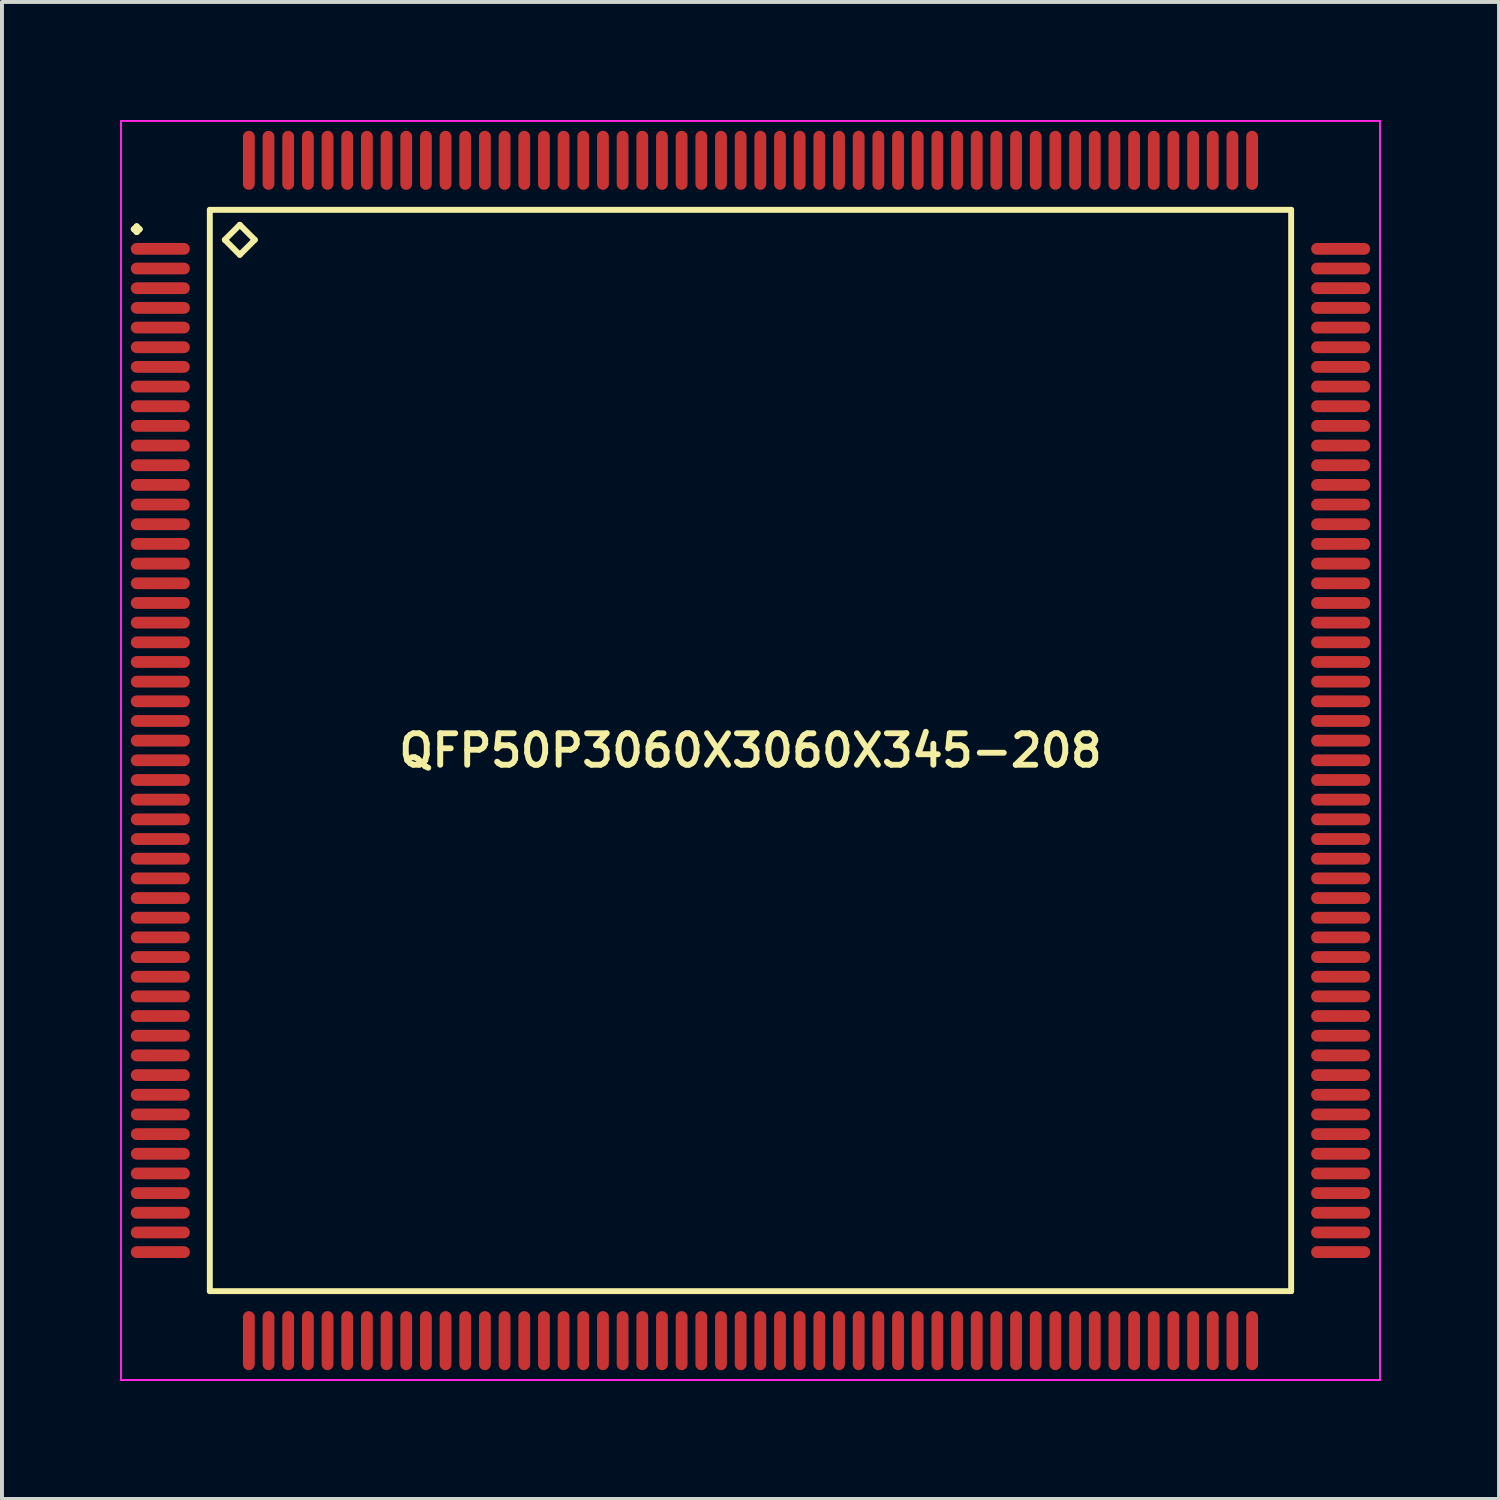
<source format=kicad_pcb>
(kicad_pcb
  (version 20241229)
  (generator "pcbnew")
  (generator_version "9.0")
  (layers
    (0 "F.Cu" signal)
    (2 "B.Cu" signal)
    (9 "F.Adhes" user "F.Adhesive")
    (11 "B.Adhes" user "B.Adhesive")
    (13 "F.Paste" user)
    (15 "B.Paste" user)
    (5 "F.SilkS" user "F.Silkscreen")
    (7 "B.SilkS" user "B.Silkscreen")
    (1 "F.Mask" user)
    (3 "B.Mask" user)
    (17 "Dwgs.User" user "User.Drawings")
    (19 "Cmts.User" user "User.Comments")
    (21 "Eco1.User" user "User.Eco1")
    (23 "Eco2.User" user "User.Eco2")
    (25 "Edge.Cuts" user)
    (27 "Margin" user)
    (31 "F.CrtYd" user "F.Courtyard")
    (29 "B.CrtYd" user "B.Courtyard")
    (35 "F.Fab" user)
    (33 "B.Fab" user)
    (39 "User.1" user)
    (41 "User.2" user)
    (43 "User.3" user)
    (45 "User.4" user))
  (footprint "QFP50P3060X3060X345-208"
    (layer "F.Cu")
    (at 16.025 16.025)
    (property "Reference" "QFP50P3060X3060X345-208" (at 0 0 0) (layer "F.SilkS") (effects (font (size 0.8 0.8) (thickness 0.15))))
    (attr smd)
    (fp_line (start -15.675 -13.25) (end -15.6 -13.325) (stroke (width 0.15) (type solid)) (layer "F.SilkS"))
    (fp_line (start -15.6 -13.325) (end -15.525 -13.25) (stroke (width 0.15) (type solid)) (layer "F.SilkS"))
    (fp_line (start -15.6 -13.175) (end -15.675 -13.25) (stroke (width 0.15) (type solid)) (layer "F.SilkS"))
    (fp_line (start -15.525 -13.25) (end -15.6 -13.175) (stroke (width 0.15) (type solid)) (layer "F.SilkS"))
    (fp_line (start -13.742 -13.742) (end -13.742 13.742) (stroke (width 0.15) (type solid)) (layer "F.SilkS"))
    (fp_line (start -13.742 13.742) (end 13.742 13.742) (stroke (width 0.15) (type solid)) (layer "F.SilkS"))
    (fp_line (start -13.361 -12.98) (end -12.98 -13.361) (stroke (width 0.15) (type solid)) (layer "F.SilkS"))
    (fp_line (start -12.98 -13.361) (end -12.599 -12.98) (stroke (width 0.15) (type solid)) (layer "F.SilkS"))
    (fp_line (start -12.98 -12.599) (end -13.361 -12.98) (stroke (width 0.15) (type solid)) (layer "F.SilkS"))
    (fp_line (start -12.599 -12.98) (end -12.98 -12.599) (stroke (width 0.15) (type solid)) (layer "F.SilkS"))
    (fp_line (start 13.742 -13.742) (end -13.742 -13.742) (stroke (width 0.15) (type solid)) (layer "F.SilkS"))
    (fp_line (start 13.742 13.742) (end 13.742 -13.742) (stroke (width 0.15) (type solid)) (layer "F.SilkS"))
    (fp_line (start -16 -16) (end 16 -16) (stroke (width 0.05) (type solid)) (layer "F.CrtYd"))
    (fp_line (start -16 16) (end -16 -16) (stroke (width 0.05) (type solid)) (layer "F.CrtYd"))
    (fp_line (start 16 -16) (end 16 16) (stroke (width 0.05) (type solid)) (layer "F.CrtYd"))
    (fp_line (start 16 16) (end -16 16) (stroke (width 0.05) (type solid)) (layer "F.CrtYd"))
    (pad "1" smd oval (at -15 -12.75) (size 1.5 0.3) (layers "F.Cu" "F.Mask" "F.Paste"))
    (pad "2" smd oval (at -15 -12.25) (size 1.5 0.3) (layers "F.Cu" "F.Mask" "F.Paste"))
    (pad "3" smd oval (at -15 -11.75) (size 1.5 0.3) (layers "F.Cu" "F.Mask" "F.Paste"))
    (pad "4" smd oval (at -15 -11.25) (size 1.5 0.3) (layers "F.Cu" "F.Mask" "F.Paste"))
    (pad "5" smd oval (at -15 -10.75) (size 1.5 0.3) (layers "F.Cu" "F.Mask" "F.Paste"))
    (pad "6" smd oval (at -15 -10.25) (size 1.5 0.3) (layers "F.Cu" "F.Mask" "F.Paste"))
    (pad "7" smd oval (at -15 -9.75) (size 1.5 0.3) (layers "F.Cu" "F.Mask" "F.Paste"))
    (pad "8" smd oval (at -15 -9.25) (size 1.5 0.3) (layers "F.Cu" "F.Mask" "F.Paste"))
    (pad "9" smd oval (at -15 -8.75) (size 1.5 0.3) (layers "F.Cu" "F.Mask" "F.Paste"))
    (pad "10" smd oval (at -15 -8.25) (size 1.5 0.3) (layers "F.Cu" "F.Mask" "F.Paste"))
    (pad "11" smd oval (at -15 -7.75) (size 1.5 0.3) (layers "F.Cu" "F.Mask" "F.Paste"))
    (pad "12" smd oval (at -15 -7.25) (size 1.5 0.3) (layers "F.Cu" "F.Mask" "F.Paste"))
    (pad "13" smd oval (at -15 -6.75) (size 1.5 0.3) (layers "F.Cu" "F.Mask" "F.Paste"))
    (pad "14" smd oval (at -15 -6.25) (size 1.5 0.3) (layers "F.Cu" "F.Mask" "F.Paste"))
    (pad "15" smd oval (at -15 -5.75) (size 1.5 0.3) (layers "F.Cu" "F.Mask" "F.Paste"))
    (pad "16" smd oval (at -15 -5.25) (size 1.5 0.3) (layers "F.Cu" "F.Mask" "F.Paste"))
    (pad "17" smd oval (at -15 -4.75) (size 1.5 0.3) (layers "F.Cu" "F.Mask" "F.Paste"))
    (pad "18" smd oval (at -15 -4.25) (size 1.5 0.3) (layers "F.Cu" "F.Mask" "F.Paste"))
    (pad "19" smd oval (at -15 -3.75) (size 1.5 0.3) (layers "F.Cu" "F.Mask" "F.Paste"))
    (pad "20" smd oval (at -15 -3.25) (size 1.5 0.3) (layers "F.Cu" "F.Mask" "F.Paste"))
    (pad "21" smd oval (at -15 -2.75) (size 1.5 0.3) (layers "F.Cu" "F.Mask" "F.Paste"))
    (pad "22" smd oval (at -15 -2.25) (size 1.5 0.3) (layers "F.Cu" "F.Mask" "F.Paste"))
    (pad "23" smd oval (at -15 -1.75) (size 1.5 0.3) (layers "F.Cu" "F.Mask" "F.Paste"))
    (pad "24" smd oval (at -15 -1.25) (size 1.5 0.3) (layers "F.Cu" "F.Mask" "F.Paste"))
    (pad "25" smd oval (at -15 -0.75) (size 1.5 0.3) (layers "F.Cu" "F.Mask" "F.Paste"))
    (pad "26" smd oval (at -15 -0.25) (size 1.5 0.3) (layers "F.Cu" "F.Mask" "F.Paste"))
    (pad "27" smd oval (at -15 0.25) (size 1.5 0.3) (layers "F.Cu" "F.Mask" "F.Paste"))
    (pad "28" smd oval (at -15 0.75) (size 1.5 0.3) (layers "F.Cu" "F.Mask" "F.Paste"))
    (pad "29" smd oval (at -15 1.25) (size 1.5 0.3) (layers "F.Cu" "F.Mask" "F.Paste"))
    (pad "30" smd oval (at -15 1.75) (size 1.5 0.3) (layers "F.Cu" "F.Mask" "F.Paste"))
    (pad "31" smd oval (at -15 2.25) (size 1.5 0.3) (layers "F.Cu" "F.Mask" "F.Paste"))
    (pad "32" smd oval (at -15 2.75) (size 1.5 0.3) (layers "F.Cu" "F.Mask" "F.Paste"))
    (pad "33" smd oval (at -15 3.25) (size 1.5 0.3) (layers "F.Cu" "F.Mask" "F.Paste"))
    (pad "34" smd oval (at -15 3.75) (size 1.5 0.3) (layers "F.Cu" "F.Mask" "F.Paste"))
    (pad "35" smd oval (at -15 4.25) (size 1.5 0.3) (layers "F.Cu" "F.Mask" "F.Paste"))
    (pad "36" smd oval (at -15 4.75) (size 1.5 0.3) (layers "F.Cu" "F.Mask" "F.Paste"))
    (pad "37" smd oval (at -15 5.25) (size 1.5 0.3) (layers "F.Cu" "F.Mask" "F.Paste"))
    (pad "38" smd oval (at -15 5.75) (size 1.5 0.3) (layers "F.Cu" "F.Mask" "F.Paste"))
    (pad "39" smd oval (at -15 6.25) (size 1.5 0.3) (layers "F.Cu" "F.Mask" "F.Paste"))
    (pad "40" smd oval (at -15 6.75) (size 1.5 0.3) (layers "F.Cu" "F.Mask" "F.Paste"))
    (pad "41" smd oval (at -15 7.25) (size 1.5 0.3) (layers "F.Cu" "F.Mask" "F.Paste"))
    (pad "42" smd oval (at -15 7.75) (size 1.5 0.3) (layers "F.Cu" "F.Mask" "F.Paste"))
    (pad "43" smd oval (at -15 8.25) (size 1.5 0.3) (layers "F.Cu" "F.Mask" "F.Paste"))
    (pad "44" smd oval (at -15 8.75) (size 1.5 0.3) (layers "F.Cu" "F.Mask" "F.Paste"))
    (pad "45" smd oval (at -15 9.25) (size 1.5 0.3) (layers "F.Cu" "F.Mask" "F.Paste"))
    (pad "46" smd oval (at -15 9.75) (size 1.5 0.3) (layers "F.Cu" "F.Mask" "F.Paste"))
    (pad "47" smd oval (at -15 10.25) (size 1.5 0.3) (layers "F.Cu" "F.Mask" "F.Paste"))
    (pad "48" smd oval (at -15 10.75) (size 1.5 0.3) (layers "F.Cu" "F.Mask" "F.Paste"))
    (pad "49" smd oval (at -15 11.25) (size 1.5 0.3) (layers "F.Cu" "F.Mask" "F.Paste"))
    (pad "50" smd oval (at -15 11.75) (size 1.5 0.3) (layers "F.Cu" "F.Mask" "F.Paste"))
    (pad "51" smd oval (at -15 12.25) (size 1.5 0.3) (layers "F.Cu" "F.Mask" "F.Paste"))
    (pad "52" smd oval (at -15 12.75) (size 1.5 0.3) (layers "F.Cu" "F.Mask" "F.Paste"))
    (pad "53" smd oval (at -12.75 15) (size 0.3 1.5) (layers "F.Cu" "F.Mask" "F.Paste"))
    (pad "54" smd oval (at -12.25 15) (size 0.3 1.5) (layers "F.Cu" "F.Mask" "F.Paste"))
    (pad "55" smd oval (at -11.75 15) (size 0.3 1.5) (layers "F.Cu" "F.Mask" "F.Paste"))
    (pad "56" smd oval (at -11.25 15) (size 0.3 1.5) (layers "F.Cu" "F.Mask" "F.Paste"))
    (pad "57" smd oval (at -10.75 15) (size 0.3 1.5) (layers "F.Cu" "F.Mask" "F.Paste"))
    (pad "58" smd oval (at -10.25 15) (size 0.3 1.5) (layers "F.Cu" "F.Mask" "F.Paste"))
    (pad "59" smd oval (at -9.75 15) (size 0.3 1.5) (layers "F.Cu" "F.Mask" "F.Paste"))
    (pad "60" smd oval (at -9.25 15) (size 0.3 1.5) (layers "F.Cu" "F.Mask" "F.Paste"))
    (pad "61" smd oval (at -8.75 15) (size 0.3 1.5) (layers "F.Cu" "F.Mask" "F.Paste"))
    (pad "62" smd oval (at -8.25 15) (size 0.3 1.5) (layers "F.Cu" "F.Mask" "F.Paste"))
    (pad "63" smd oval (at -7.75 15) (size 0.3 1.5) (layers "F.Cu" "F.Mask" "F.Paste"))
    (pad "64" smd oval (at -7.25 15) (size 0.3 1.5) (layers "F.Cu" "F.Mask" "F.Paste"))
    (pad "65" smd oval (at -6.75 15) (size 0.3 1.5) (layers "F.Cu" "F.Mask" "F.Paste"))
    (pad "66" smd oval (at -6.25 15) (size 0.3 1.5) (layers "F.Cu" "F.Mask" "F.Paste"))
    (pad "67" smd oval (at -5.75 15) (size 0.3 1.5) (layers "F.Cu" "F.Mask" "F.Paste"))
    (pad "68" smd oval (at -5.25 15) (size 0.3 1.5) (layers "F.Cu" "F.Mask" "F.Paste"))
    (pad "69" smd oval (at -4.75 15) (size 0.3 1.5) (layers "F.Cu" "F.Mask" "F.Paste"))
    (pad "70" smd oval (at -4.25 15) (size 0.3 1.5) (layers "F.Cu" "F.Mask" "F.Paste"))
    (pad "71" smd oval (at -3.75 15) (size 0.3 1.5) (layers "F.Cu" "F.Mask" "F.Paste"))
    (pad "72" smd oval (at -3.25 15) (size 0.3 1.5) (layers "F.Cu" "F.Mask" "F.Paste"))
    (pad "73" smd oval (at -2.75 15) (size 0.3 1.5) (layers "F.Cu" "F.Mask" "F.Paste"))
    (pad "74" smd oval (at -2.25 15) (size 0.3 1.5) (layers "F.Cu" "F.Mask" "F.Paste"))
    (pad "75" smd oval (at -1.75 15) (size 0.3 1.5) (layers "F.Cu" "F.Mask" "F.Paste"))
    (pad "76" smd oval (at -1.25 15) (size 0.3 1.5) (layers "F.Cu" "F.Mask" "F.Paste"))
    (pad "77" smd oval (at -0.75 15) (size 0.3 1.5) (layers "F.Cu" "F.Mask" "F.Paste"))
    (pad "78" smd oval (at -0.25 15) (size 0.3 1.5) (layers "F.Cu" "F.Mask" "F.Paste"))
    (pad "79" smd oval (at 0.25 15) (size 0.3 1.5) (layers "F.Cu" "F.Mask" "F.Paste"))
    (pad "80" smd oval (at 0.75 15) (size 0.3 1.5) (layers "F.Cu" "F.Mask" "F.Paste"))
    (pad "81" smd oval (at 1.25 15) (size 0.3 1.5) (layers "F.Cu" "F.Mask" "F.Paste"))
    (pad "82" smd oval (at 1.75 15) (size 0.3 1.5) (layers "F.Cu" "F.Mask" "F.Paste"))
    (pad "83" smd oval (at 2.25 15) (size 0.3 1.5) (layers "F.Cu" "F.Mask" "F.Paste"))
    (pad "84" smd oval (at 2.75 15) (size 0.3 1.5) (layers "F.Cu" "F.Mask" "F.Paste"))
    (pad "85" smd oval (at 3.25 15) (size 0.3 1.5) (layers "F.Cu" "F.Mask" "F.Paste"))
    (pad "86" smd oval (at 3.75 15) (size 0.3 1.5) (layers "F.Cu" "F.Mask" "F.Paste"))
    (pad "87" smd oval (at 4.25 15) (size 0.3 1.5) (layers "F.Cu" "F.Mask" "F.Paste"))
    (pad "88" smd oval (at 4.75 15) (size 0.3 1.5) (layers "F.Cu" "F.Mask" "F.Paste"))
    (pad "89" smd oval (at 5.25 15) (size 0.3 1.5) (layers "F.Cu" "F.Mask" "F.Paste"))
    (pad "90" smd oval (at 5.75 15) (size 0.3 1.5) (layers "F.Cu" "F.Mask" "F.Paste"))
    (pad "91" smd oval (at 6.25 15) (size 0.3 1.5) (layers "F.Cu" "F.Mask" "F.Paste"))
    (pad "92" smd oval (at 6.75 15) (size 0.3 1.5) (layers "F.Cu" "F.Mask" "F.Paste"))
    (pad "93" smd oval (at 7.25 15) (size 0.3 1.5) (layers "F.Cu" "F.Mask" "F.Paste"))
    (pad "94" smd oval (at 7.75 15) (size 0.3 1.5) (layers "F.Cu" "F.Mask" "F.Paste"))
    (pad "95" smd oval (at 8.25 15) (size 0.3 1.5) (layers "F.Cu" "F.Mask" "F.Paste"))
    (pad "96" smd oval (at 8.75 15) (size 0.3 1.5) (layers "F.Cu" "F.Mask" "F.Paste"))
    (pad "97" smd oval (at 9.25 15) (size 0.3 1.5) (layers "F.Cu" "F.Mask" "F.Paste"))
    (pad "98" smd oval (at 9.75 15) (size 0.3 1.5) (layers "F.Cu" "F.Mask" "F.Paste"))
    (pad "99" smd oval (at 10.25 15) (size 0.3 1.5) (layers "F.Cu" "F.Mask" "F.Paste"))
    (pad "100" smd oval (at 10.75 15) (size 0.3 1.5) (layers "F.Cu" "F.Mask" "F.Paste"))
    (pad "101" smd oval (at 11.25 15) (size 0.3 1.5) (layers "F.Cu" "F.Mask" "F.Paste"))
    (pad "102" smd oval (at 11.75 15) (size 0.3 1.5) (layers "F.Cu" "F.Mask" "F.Paste"))
    (pad "103" smd oval (at 12.25 15) (size 0.3 1.5) (layers "F.Cu" "F.Mask" "F.Paste"))
    (pad "104" smd oval (at 12.75 15) (size 0.3 1.5) (layers "F.Cu" "F.Mask" "F.Paste"))
    (pad "105" smd oval (at 15 12.75) (size 1.5 0.3) (layers "F.Cu" "F.Mask" "F.Paste"))
    (pad "106" smd oval (at 15 12.25) (size 1.5 0.3) (layers "F.Cu" "F.Mask" "F.Paste"))
    (pad "107" smd oval (at 15 11.75) (size 1.5 0.3) (layers "F.Cu" "F.Mask" "F.Paste"))
    (pad "108" smd oval (at 15 11.25) (size 1.5 0.3) (layers "F.Cu" "F.Mask" "F.Paste"))
    (pad "109" smd oval (at 15 10.75) (size 1.5 0.3) (layers "F.Cu" "F.Mask" "F.Paste"))
    (pad "110" smd oval (at 15 10.25) (size 1.5 0.3) (layers "F.Cu" "F.Mask" "F.Paste"))
    (pad "111" smd oval (at 15 9.75) (size 1.5 0.3) (layers "F.Cu" "F.Mask" "F.Paste"))
    (pad "112" smd oval (at 15 9.25) (size 1.5 0.3) (layers "F.Cu" "F.Mask" "F.Paste"))
    (pad "113" smd oval (at 15 8.75) (size 1.5 0.3) (layers "F.Cu" "F.Mask" "F.Paste"))
    (pad "114" smd oval (at 15 8.25) (size 1.5 0.3) (layers "F.Cu" "F.Mask" "F.Paste"))
    (pad "115" smd oval (at 15 7.75) (size 1.5 0.3) (layers "F.Cu" "F.Mask" "F.Paste"))
    (pad "116" smd oval (at 15 7.25) (size 1.5 0.3) (layers "F.Cu" "F.Mask" "F.Paste"))
    (pad "117" smd oval (at 15 6.75) (size 1.5 0.3) (layers "F.Cu" "F.Mask" "F.Paste"))
    (pad "118" smd oval (at 15 6.25) (size 1.5 0.3) (layers "F.Cu" "F.Mask" "F.Paste"))
    (pad "119" smd oval (at 15 5.75) (size 1.5 0.3) (layers "F.Cu" "F.Mask" "F.Paste"))
    (pad "120" smd oval (at 15 5.25) (size 1.5 0.3) (layers "F.Cu" "F.Mask" "F.Paste"))
    (pad "121" smd oval (at 15 4.75) (size 1.5 0.3) (layers "F.Cu" "F.Mask" "F.Paste"))
    (pad "122" smd oval (at 15 4.25) (size 1.5 0.3) (layers "F.Cu" "F.Mask" "F.Paste"))
    (pad "123" smd oval (at 15 3.75) (size 1.5 0.3) (layers "F.Cu" "F.Mask" "F.Paste"))
    (pad "124" smd oval (at 15 3.25) (size 1.5 0.3) (layers "F.Cu" "F.Mask" "F.Paste"))
    (pad "125" smd oval (at 15 2.75) (size 1.5 0.3) (layers "F.Cu" "F.Mask" "F.Paste"))
    (pad "126" smd oval (at 15 2.25) (size 1.5 0.3) (layers "F.Cu" "F.Mask" "F.Paste"))
    (pad "127" smd oval (at 15 1.75) (size 1.5 0.3) (layers "F.Cu" "F.Mask" "F.Paste"))
    (pad "128" smd oval (at 15 1.25) (size 1.5 0.3) (layers "F.Cu" "F.Mask" "F.Paste"))
    (pad "129" smd oval (at 15 0.75) (size 1.5 0.3) (layers "F.Cu" "F.Mask" "F.Paste"))
    (pad "130" smd oval (at 15 0.25) (size 1.5 0.3) (layers "F.Cu" "F.Mask" "F.Paste"))
    (pad "131" smd oval (at 15 -0.25) (size 1.5 0.3) (layers "F.Cu" "F.Mask" "F.Paste"))
    (pad "132" smd oval (at 15 -0.75) (size 1.5 0.3) (layers "F.Cu" "F.Mask" "F.Paste"))
    (pad "133" smd oval (at 15 -1.25) (size 1.5 0.3) (layers "F.Cu" "F.Mask" "F.Paste"))
    (pad "134" smd oval (at 15 -1.75) (size 1.5 0.3) (layers "F.Cu" "F.Mask" "F.Paste"))
    (pad "135" smd oval (at 15 -2.25) (size 1.5 0.3) (layers "F.Cu" "F.Mask" "F.Paste"))
    (pad "136" smd oval (at 15 -2.75) (size 1.5 0.3) (layers "F.Cu" "F.Mask" "F.Paste"))
    (pad "137" smd oval (at 15 -3.25) (size 1.5 0.3) (layers "F.Cu" "F.Mask" "F.Paste"))
    (pad "138" smd oval (at 15 -3.75) (size 1.5 0.3) (layers "F.Cu" "F.Mask" "F.Paste"))
    (pad "139" smd oval (at 15 -4.25) (size 1.5 0.3) (layers "F.Cu" "F.Mask" "F.Paste"))
    (pad "140" smd oval (at 15 -4.75) (size 1.5 0.3) (layers "F.Cu" "F.Mask" "F.Paste"))
    (pad "141" smd oval (at 15 -5.25) (size 1.5 0.3) (layers "F.Cu" "F.Mask" "F.Paste"))
    (pad "142" smd oval (at 15 -5.75) (size 1.5 0.3) (layers "F.Cu" "F.Mask" "F.Paste"))
    (pad "143" smd oval (at 15 -6.25) (size 1.5 0.3) (layers "F.Cu" "F.Mask" "F.Paste"))
    (pad "144" smd oval (at 15 -6.75) (size 1.5 0.3) (layers "F.Cu" "F.Mask" "F.Paste"))
    (pad "145" smd oval (at 15 -7.25) (size 1.5 0.3) (layers "F.Cu" "F.Mask" "F.Paste"))
    (pad "146" smd oval (at 15 -7.75) (size 1.5 0.3) (layers "F.Cu" "F.Mask" "F.Paste"))
    (pad "147" smd oval (at 15 -8.25) (size 1.5 0.3) (layers "F.Cu" "F.Mask" "F.Paste"))
    (pad "148" smd oval (at 15 -8.75) (size 1.5 0.3) (layers "F.Cu" "F.Mask" "F.Paste"))
    (pad "149" smd oval (at 15 -9.25) (size 1.5 0.3) (layers "F.Cu" "F.Mask" "F.Paste"))
    (pad "150" smd oval (at 15 -9.75) (size 1.5 0.3) (layers "F.Cu" "F.Mask" "F.Paste"))
    (pad "151" smd oval (at 15 -10.25) (size 1.5 0.3) (layers "F.Cu" "F.Mask" "F.Paste"))
    (pad "152" smd oval (at 15 -10.75) (size 1.5 0.3) (layers "F.Cu" "F.Mask" "F.Paste"))
    (pad "153" smd oval (at 15 -11.25) (size 1.5 0.3) (layers "F.Cu" "F.Mask" "F.Paste"))
    (pad "154" smd oval (at 15 -11.75) (size 1.5 0.3) (layers "F.Cu" "F.Mask" "F.Paste"))
    (pad "155" smd oval (at 15 -12.25) (size 1.5 0.3) (layers "F.Cu" "F.Mask" "F.Paste"))
    (pad "156" smd oval (at 15 -12.75) (size 1.5 0.3) (layers "F.Cu" "F.Mask" "F.Paste"))
    (pad "157" smd oval (at 12.75 -15) (size 0.3 1.5) (layers "F.Cu" "F.Mask" "F.Paste"))
    (pad "158" smd oval (at 12.25 -15) (size 0.3 1.5) (layers "F.Cu" "F.Mask" "F.Paste"))
    (pad "159" smd oval (at 11.75 -15) (size 0.3 1.5) (layers "F.Cu" "F.Mask" "F.Paste"))
    (pad "160" smd oval (at 11.25 -15) (size 0.3 1.5) (layers "F.Cu" "F.Mask" "F.Paste"))
    (pad "161" smd oval (at 10.75 -15) (size 0.3 1.5) (layers "F.Cu" "F.Mask" "F.Paste"))
    (pad "162" smd oval (at 10.25 -15) (size 0.3 1.5) (layers "F.Cu" "F.Mask" "F.Paste"))
    (pad "163" smd oval (at 9.75 -15) (size 0.3 1.5) (layers "F.Cu" "F.Mask" "F.Paste"))
    (pad "164" smd oval (at 9.25 -15) (size 0.3 1.5) (layers "F.Cu" "F.Mask" "F.Paste"))
    (pad "165" smd oval (at 8.75 -15) (size 0.3 1.5) (layers "F.Cu" "F.Mask" "F.Paste"))
    (pad "166" smd oval (at 8.25 -15) (size 0.3 1.5) (layers "F.Cu" "F.Mask" "F.Paste"))
    (pad "167" smd oval (at 7.75 -15) (size 0.3 1.5) (layers "F.Cu" "F.Mask" "F.Paste"))
    (pad "168" smd oval (at 7.25 -15) (size 0.3 1.5) (layers "F.Cu" "F.Mask" "F.Paste"))
    (pad "169" smd oval (at 6.75 -15) (size 0.3 1.5) (layers "F.Cu" "F.Mask" "F.Paste"))
    (pad "170" smd oval (at 6.25 -15) (size 0.3 1.5) (layers "F.Cu" "F.Mask" "F.Paste"))
    (pad "171" smd oval (at 5.75 -15) (size 0.3 1.5) (layers "F.Cu" "F.Mask" "F.Paste"))
    (pad "172" smd oval (at 5.25 -15) (size 0.3 1.5) (layers "F.Cu" "F.Mask" "F.Paste"))
    (pad "173" smd oval (at 4.75 -15) (size 0.3 1.5) (layers "F.Cu" "F.Mask" "F.Paste"))
    (pad "174" smd oval (at 4.25 -15) (size 0.3 1.5) (layers "F.Cu" "F.Mask" "F.Paste"))
    (pad "175" smd oval (at 3.75 -15) (size 0.3 1.5) (layers "F.Cu" "F.Mask" "F.Paste"))
    (pad "176" smd oval (at 3.25 -15) (size 0.3 1.5) (layers "F.Cu" "F.Mask" "F.Paste"))
    (pad "177" smd oval (at 2.75 -15) (size 0.3 1.5) (layers "F.Cu" "F.Mask" "F.Paste"))
    (pad "178" smd oval (at 2.25 -15) (size 0.3 1.5) (layers "F.Cu" "F.Mask" "F.Paste"))
    (pad "179" smd oval (at 1.75 -15) (size 0.3 1.5) (layers "F.Cu" "F.Mask" "F.Paste"))
    (pad "180" smd oval (at 1.25 -15) (size 0.3 1.5) (layers "F.Cu" "F.Mask" "F.Paste"))
    (pad "181" smd oval (at 0.75 -15) (size 0.3 1.5) (layers "F.Cu" "F.Mask" "F.Paste"))
    (pad "182" smd oval (at 0.25 -15) (size 0.3 1.5) (layers "F.Cu" "F.Mask" "F.Paste"))
    (pad "183" smd oval (at -0.25 -15) (size 0.3 1.5) (layers "F.Cu" "F.Mask" "F.Paste"))
    (pad "184" smd oval (at -0.75 -15) (size 0.3 1.5) (layers "F.Cu" "F.Mask" "F.Paste"))
    (pad "185" smd oval (at -1.25 -15) (size 0.3 1.5) (layers "F.Cu" "F.Mask" "F.Paste"))
    (pad "186" smd oval (at -1.75 -15) (size 0.3 1.5) (layers "F.Cu" "F.Mask" "F.Paste"))
    (pad "187" smd oval (at -2.25 -15) (size 0.3 1.5) (layers "F.Cu" "F.Mask" "F.Paste"))
    (pad "188" smd oval (at -2.75 -15) (size 0.3 1.5) (layers "F.Cu" "F.Mask" "F.Paste"))
    (pad "189" smd oval (at -3.25 -15) (size 0.3 1.5) (layers "F.Cu" "F.Mask" "F.Paste"))
    (pad "190" smd oval (at -3.75 -15) (size 0.3 1.5) (layers "F.Cu" "F.Mask" "F.Paste"))
    (pad "191" smd oval (at -4.25 -15) (size 0.3 1.5) (layers "F.Cu" "F.Mask" "F.Paste"))
    (pad "192" smd oval (at -4.75 -15) (size 0.3 1.5) (layers "F.Cu" "F.Mask" "F.Paste"))
    (pad "193" smd oval (at -5.25 -15) (size 0.3 1.5) (layers "F.Cu" "F.Mask" "F.Paste"))
    (pad "194" smd oval (at -5.75 -15) (size 0.3 1.5) (layers "F.Cu" "F.Mask" "F.Paste"))
    (pad "195" smd oval (at -6.25 -15) (size 0.3 1.5) (layers "F.Cu" "F.Mask" "F.Paste"))
    (pad "196" smd oval (at -6.75 -15) (size 0.3 1.5) (layers "F.Cu" "F.Mask" "F.Paste"))
    (pad "197" smd oval (at -7.25 -15) (size 0.3 1.5) (layers "F.Cu" "F.Mask" "F.Paste"))
    (pad "198" smd oval (at -7.75 -15) (size 0.3 1.5) (layers "F.Cu" "F.Mask" "F.Paste"))
    (pad "199" smd oval (at -8.25 -15) (size 0.3 1.5) (layers "F.Cu" "F.Mask" "F.Paste"))
    (pad "200" smd oval (at -8.75 -15) (size 0.3 1.5) (layers "F.Cu" "F.Mask" "F.Paste"))
    (pad "201" smd oval (at -9.25 -15) (size 0.3 1.5) (layers "F.Cu" "F.Mask" "F.Paste"))
    (pad "202" smd oval (at -9.75 -15) (size 0.3 1.5) (layers "F.Cu" "F.Mask" "F.Paste"))
    (pad "203" smd oval (at -10.25 -15) (size 0.3 1.5) (layers "F.Cu" "F.Mask" "F.Paste"))
    (pad "204" smd oval (at -10.75 -15) (size 0.3 1.5) (layers "F.Cu" "F.Mask" "F.Paste"))
    (pad "205" smd oval (at -11.25 -15) (size 0.3 1.5) (layers "F.Cu" "F.Mask" "F.Paste"))
    (pad "206" smd oval (at -11.75 -15) (size 0.3 1.5) (layers "F.Cu" "F.Mask" "F.Paste"))
    (pad "207" smd oval (at -12.25 -15) (size 0.3 1.5) (layers "F.Cu" "F.Mask" "F.Paste"))
    (pad "208" smd oval (at -12.75 -15) (size 0.3 1.5) (layers "F.Cu" "F.Mask" "F.Paste")))
  (gr_rect
    (start -3 -3)
    (end 35.05 35.05)
    (stroke (width 0.1) (type default))
    (fill no)
    (layer "Edge.Cuts")))
</source>
